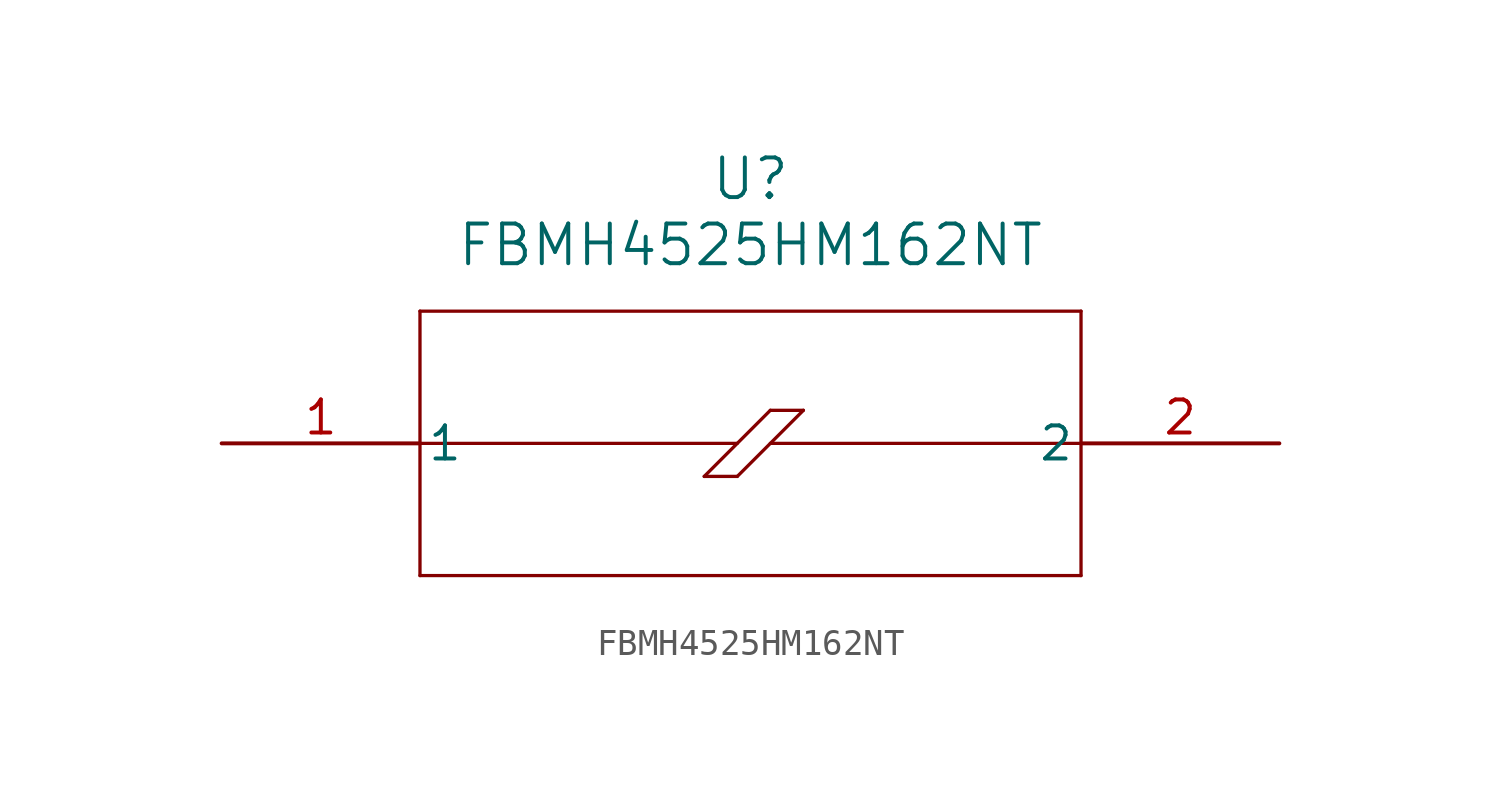
<source format=kicad_sym>
(kicad_symbol_lib
  (version 20211014)
  (generator kicad_symbol_editor)
  (symbol "FBMH4525HM162NT"
    (pin_names
      (offset 0.254))
    (property "Reference" "U"
      (at 20.32 10.16 0)
      (effects (font (size 1.524 1.524))))
    (property "Value" "FBMH4525HM162NT"
      (at 20.32 7.62 0)
      (effects (font (size 1.524 1.524))))
    (symbol "FBMH4525HM162NT_0_1"
      (polyline (pts (xy 7.62 5.08) (xy 7.62 -5.08)) (stroke (width 0.127) (type default) (color 0 0 0 0)) (fill (type none)))
      (polyline (pts (xy 7.62 -5.08) (xy 33.02 -5.08)) (stroke (width 0.127) (type default) (color 0 0 0 0)) (fill (type none)))
      (polyline (pts (xy 33.02 -5.08) (xy 33.02 5.08)) (stroke (width 0.127) (type default) (color 0 0 0 0)) (fill (type none)))
      (polyline (pts (xy 33.02 5.08) (xy 7.62 5.08)) (stroke (width 0.127) (type default) (color 0 0 0 0)) (fill (type none)))
      (polyline (pts (xy 7.62 0) (xy 19.812 0)) (stroke (width 0.127) (type default) (color 0 0 0 0)) (fill (type none)))
      (polyline (pts (xy 21.082 0) (xy 33.02 0)) (stroke (width 0.127) (type default) (color 0 0 0 0)) (fill (type none)))
      (polyline (pts (xy 22.352 1.27) (xy 21.082 1.27)) (stroke (width 0.127) (type default) (color 0 0 0 0)) (fill (type none)))
      (polyline (pts (xy 22.352 1.27) (xy 19.812 -1.27)) (stroke (width 0.127) (type default) (color 0 0 0 0)) (fill (type none)))
      (polyline (pts (xy 19.812 -1.27) (xy 18.542 -1.27)) (stroke (width 0.127) (type default) (color 0 0 0 0)) (fill (type none)))
      (polyline (pts (xy 18.542 -1.27) (xy 21.082 1.27)) (stroke (width 0.127) (type default) (color 0 0 0 0)) (fill (type none)))
      (pin unspecified line (at 0 0 0) (length 7.62) (name "1" (effects (font (size 1.27 1.27)))) (number "1" (effects (font (size 1.27 1.27)))))
      (pin unspecified line (at 40.64 0 180) (length 7.62) (name "2" (effects (font (size 1.27 1.27)))) (number "2" (effects (font (size 1.27 1.27))))))))
</source>
